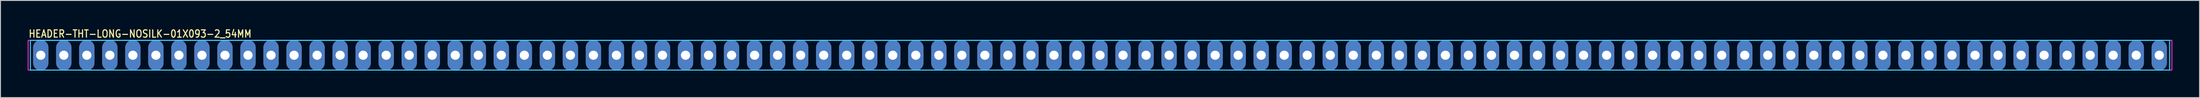
<source format=kicad_pcb>
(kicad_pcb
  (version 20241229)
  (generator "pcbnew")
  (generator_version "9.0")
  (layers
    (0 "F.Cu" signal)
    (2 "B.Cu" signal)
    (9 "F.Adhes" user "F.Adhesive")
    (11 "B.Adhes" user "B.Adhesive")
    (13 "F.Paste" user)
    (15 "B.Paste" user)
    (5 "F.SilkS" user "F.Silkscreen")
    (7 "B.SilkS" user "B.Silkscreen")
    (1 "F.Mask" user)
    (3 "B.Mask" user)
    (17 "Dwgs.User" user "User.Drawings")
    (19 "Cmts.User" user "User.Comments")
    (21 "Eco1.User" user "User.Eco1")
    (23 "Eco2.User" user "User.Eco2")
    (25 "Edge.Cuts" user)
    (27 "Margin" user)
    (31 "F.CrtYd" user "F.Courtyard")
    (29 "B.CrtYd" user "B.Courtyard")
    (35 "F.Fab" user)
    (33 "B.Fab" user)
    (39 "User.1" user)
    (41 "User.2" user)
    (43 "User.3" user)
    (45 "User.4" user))
  (footprint "HEADER-THT-LONG-NOSILK-01X093-2_54MM"
    (layer "F.Cu")
    (at 1.447 3.079)
    (property "Reference" "HEADER-THT-LONG-NOSILK-01X093-2_54MM" (at -1.4 -1.9 0) (unlocked yes) (layer "F.SilkS") (effects (font (size 0.813 0.695) (thickness 0.122)) (justify left bottom)))
    (fp_poly (pts (xy -1.143 -1.651) (xy 234.823 -1.651) (xy 234.823 1.651) (xy -1.143 1.651)) (stroke (width 0.1) (type solid)) (fill no) (layer "B.CrtYd"))
    (fp_poly (pts (xy -1.397 -1.651) (xy 235.077 -1.651) (xy 235.077 1.651) (xy -1.397 1.651)) (stroke (width 0.1) (type solid)) (fill no) (layer "F.CrtYd"))
    (pad "1" thru_hole oval (at 0 0 90) (size 3.387 1.693) (drill 1.016) (layers "*.Cu" "*.Mask"))
    (pad "2" thru_hole oval (at 2.54 0 90) (size 3.387 1.693) (drill 1.016) (layers "*.Cu" "*.Mask"))
    (pad "3" thru_hole oval (at 5.08 0 90) (size 3.387 1.693) (drill 1.016) (layers "*.Cu" "*.Mask"))
    (pad "4" thru_hole oval (at 7.62 0 90) (size 3.387 1.693) (drill 1.016) (layers "*.Cu" "*.Mask"))
    (pad "5" thru_hole oval (at 10.16 0 90) (size 3.387 1.693) (drill 1.016) (layers "*.Cu" "*.Mask"))
    (pad "6" thru_hole oval (at 12.7 0 90) (size 3.387 1.693) (drill 1.016) (layers "*.Cu" "*.Mask"))
    (pad "7" thru_hole oval (at 15.24 0 90) (size 3.387 1.693) (drill 1.016) (layers "*.Cu" "*.Mask"))
    (pad "8" thru_hole oval (at 17.78 0 90) (size 3.387 1.693) (drill 1.016) (layers "*.Cu" "*.Mask"))
    (pad "9" thru_hole oval (at 20.32 0 90) (size 3.387 1.693) (drill 1.016) (layers "*.Cu" "*.Mask"))
    (pad "10" thru_hole oval (at 22.86 0 90) (size 3.387 1.693) (drill 1.016) (layers "*.Cu" "*.Mask"))
    (pad "11" thru_hole oval (at 25.4 0 90) (size 3.387 1.693) (drill 1.016) (layers "*.Cu" "*.Mask"))
    (pad "12" thru_hole oval (at 27.94 0 90) (size 3.387 1.693) (drill 1.016) (layers "*.Cu" "*.Mask"))
    (pad "13" thru_hole oval (at 30.48 0 90) (size 3.387 1.693) (drill 1.016) (layers "*.Cu" "*.Mask"))
    (pad "14" thru_hole oval (at 33.02 0 90) (size 3.387 1.693) (drill 1.016) (layers "*.Cu" "*.Mask"))
    (pad "15" thru_hole oval (at 35.56 0 90) (size 3.387 1.693) (drill 1.016) (layers "*.Cu" "*.Mask"))
    (pad "16" thru_hole oval (at 38.1 0 90) (size 3.387 1.693) (drill 1.016) (layers "*.Cu" "*.Mask"))
    (pad "17" thru_hole oval (at 40.64 0 90) (size 3.387 1.693) (drill 1.016) (layers "*.Cu" "*.Mask"))
    (pad "18" thru_hole oval (at 43.18 0 90) (size 3.387 1.693) (drill 1.016) (layers "*.Cu" "*.Mask"))
    (pad "19" thru_hole oval (at 45.72 0 90) (size 3.387 1.693) (drill 1.016) (layers "*.Cu" "*.Mask"))
    (pad "20" thru_hole oval (at 48.26 0 90) (size 3.387 1.693) (drill 1.016) (layers "*.Cu" "*.Mask"))
    (pad "21" thru_hole oval (at 50.8 0 90) (size 3.387 1.693) (drill 1.016) (layers "*.Cu" "*.Mask"))
    (pad "22" thru_hole oval (at 53.34 0 90) (size 3.387 1.693) (drill 1.016) (layers "*.Cu" "*.Mask"))
    (pad "23" thru_hole oval (at 55.88 0 90) (size 3.387 1.693) (drill 1.016) (layers "*.Cu" "*.Mask"))
    (pad "24" thru_hole oval (at 58.42 0 90) (size 3.387 1.693) (drill 1.016) (layers "*.Cu" "*.Mask"))
    (pad "25" thru_hole oval (at 60.96 0 90) (size 3.387 1.693) (drill 1.016) (layers "*.Cu" "*.Mask"))
    (pad "26" thru_hole oval (at 63.5 0 90) (size 3.387 1.693) (drill 1.016) (layers "*.Cu" "*.Mask"))
    (pad "27" thru_hole oval (at 66.04 0 90) (size 3.387 1.693) (drill 1.016) (layers "*.Cu" "*.Mask"))
    (pad "28" thru_hole oval (at 68.58 0 90) (size 3.387 1.693) (drill 1.016) (layers "*.Cu" "*.Mask"))
    (pad "29" thru_hole oval (at 71.12 0 90) (size 3.387 1.693) (drill 1.016) (layers "*.Cu" "*.Mask"))
    (pad "30" thru_hole oval (at 73.66 0 90) (size 3.387 1.693) (drill 1.016) (layers "*.Cu" "*.Mask"))
    (pad "31" thru_hole oval (at 76.2 0 90) (size 3.387 1.693) (drill 1.016) (layers "*.Cu" "*.Mask"))
    (pad "32" thru_hole oval (at 78.74 0 90) (size 3.387 1.693) (drill 1.016) (layers "*.Cu" "*.Mask"))
    (pad "33" thru_hole oval (at 81.28 0 90) (size 3.387 1.693) (drill 1.016) (layers "*.Cu" "*.Mask"))
    (pad "34" thru_hole oval (at 83.82 0 90) (size 3.387 1.693) (drill 1.016) (layers "*.Cu" "*.Mask"))
    (pad "35" thru_hole oval (at 86.36 0 90) (size 3.387 1.693) (drill 1.016) (layers "*.Cu" "*.Mask"))
    (pad "36" thru_hole oval (at 88.9 0 90) (size 3.387 1.693) (drill 1.016) (layers "*.Cu" "*.Mask"))
    (pad "37" thru_hole oval (at 91.44 0 90) (size 3.387 1.693) (drill 1.016) (layers "*.Cu" "*.Mask"))
    (pad "38" thru_hole oval (at 93.98 0 90) (size 3.387 1.693) (drill 1.016) (layers "*.Cu" "*.Mask"))
    (pad "39" thru_hole oval (at 96.52 0 90) (size 3.387 1.693) (drill 1.016) (layers "*.Cu" "*.Mask"))
    (pad "40" thru_hole oval (at 99.06 0 90) (size 3.387 1.693) (drill 1.016) (layers "*.Cu" "*.Mask"))
    (pad "41" thru_hole oval (at 101.6 0 90) (size 3.387 1.693) (drill 1.016) (layers "*.Cu" "*.Mask"))
    (pad "42" thru_hole oval (at 104.14 0 90) (size 3.387 1.693) (drill 1.016) (layers "*.Cu" "*.Mask"))
    (pad "43" thru_hole oval (at 106.68 0 90) (size 3.387 1.693) (drill 1.016) (layers "*.Cu" "*.Mask"))
    (pad "44" thru_hole oval (at 109.22 0 90) (size 3.387 1.693) (drill 1.016) (layers "*.Cu" "*.Mask"))
    (pad "45" thru_hole oval (at 111.76 0 90) (size 3.387 1.693) (drill 1.016) (layers "*.Cu" "*.Mask"))
    (pad "46" thru_hole oval (at 114.3 0 90) (size 3.387 1.693) (drill 1.016) (layers "*.Cu" "*.Mask"))
    (pad "47" thru_hole oval (at 116.84 0 90) (size 3.387 1.693) (drill 1.016) (layers "*.Cu" "*.Mask"))
    (pad "48" thru_hole oval (at 119.38 0 90) (size 3.387 1.693) (drill 1.016) (layers "*.Cu" "*.Mask"))
    (pad "49" thru_hole oval (at 121.92 0 90) (size 3.387 1.693) (drill 1.016) (layers "*.Cu" "*.Mask"))
    (pad "50" thru_hole oval (at 124.46 0 90) (size 3.387 1.693) (drill 1.016) (layers "*.Cu" "*.Mask"))
    (pad "51" thru_hole oval (at 127 0 90) (size 3.387 1.693) (drill 1.016) (layers "*.Cu" "*.Mask"))
    (pad "52" thru_hole oval (at 129.54 0 90) (size 3.387 1.693) (drill 1.016) (layers "*.Cu" "*.Mask"))
    (pad "53" thru_hole oval (at 132.08 0 90) (size 3.387 1.693) (drill 1.016) (layers "*.Cu" "*.Mask"))
    (pad "54" thru_hole oval (at 134.62 0 90) (size 3.387 1.693) (drill 1.016) (layers "*.Cu" "*.Mask"))
    (pad "55" thru_hole oval (at 137.16 0 90) (size 3.387 1.693) (drill 1.016) (layers "*.Cu" "*.Mask"))
    (pad "56" thru_hole oval (at 139.7 0 90) (size 3.387 1.693) (drill 1.016) (layers "*.Cu" "*.Mask"))
    (pad "57" thru_hole oval (at 142.24 0 90) (size 3.387 1.693) (drill 1.016) (layers "*.Cu" "*.Mask"))
    (pad "58" thru_hole oval (at 144.78 0 90) (size 3.387 1.693) (drill 1.016) (layers "*.Cu" "*.Mask"))
    (pad "59" thru_hole oval (at 147.32 0 90) (size 3.387 1.693) (drill 1.016) (layers "*.Cu" "*.Mask"))
    (pad "60" thru_hole oval (at 149.86 0 90) (size 3.387 1.693) (drill 1.016) (layers "*.Cu" "*.Mask"))
    (pad "61" thru_hole oval (at 152.4 0 90) (size 3.387 1.693) (drill 1.016) (layers "*.Cu" "*.Mask"))
    (pad "62" thru_hole oval (at 154.94 0 90) (size 3.387 1.693) (drill 1.016) (layers "*.Cu" "*.Mask"))
    (pad "63" thru_hole oval (at 157.48 0 90) (size 3.387 1.693) (drill 1.016) (layers "*.Cu" "*.Mask"))
    (pad "64" thru_hole oval (at 160.02 0 90) (size 3.387 1.693) (drill 1.016) (layers "*.Cu" "*.Mask"))
    (pad "65" thru_hole oval (at 162.56 0 90) (size 3.387 1.693) (drill 1.016) (layers "*.Cu" "*.Mask"))
    (pad "66" thru_hole oval (at 165.1 0 90) (size 3.387 1.693) (drill 1.016) (layers "*.Cu" "*.Mask"))
    (pad "67" thru_hole oval (at 167.64 0 90) (size 3.387 1.693) (drill 1.016) (layers "*.Cu" "*.Mask"))
    (pad "68" thru_hole oval (at 170.18 0 90) (size 3.387 1.693) (drill 1.016) (layers "*.Cu" "*.Mask"))
    (pad "69" thru_hole oval (at 172.72 0 90) (size 3.387 1.693) (drill 1.016) (layers "*.Cu" "*.Mask"))
    (pad "70" thru_hole oval (at 175.26 0 90) (size 3.387 1.693) (drill 1.016) (layers "*.Cu" "*.Mask"))
    (pad "71" thru_hole oval (at 177.8 0 90) (size 3.387 1.693) (drill 1.016) (layers "*.Cu" "*.Mask"))
    (pad "72" thru_hole oval (at 180.34 0 90) (size 3.387 1.693) (drill 1.016) (layers "*.Cu" "*.Mask"))
    (pad "73" thru_hole oval (at 182.88 0 90) (size 3.387 1.693) (drill 1.016) (layers "*.Cu" "*.Mask"))
    (pad "74" thru_hole oval (at 185.42 0 90) (size 3.387 1.693) (drill 1.016) (layers "*.Cu" "*.Mask"))
    (pad "75" thru_hole oval (at 187.96 0 90) (size 3.387 1.693) (drill 1.016) (layers "*.Cu" "*.Mask"))
    (pad "76" thru_hole oval (at 190.5 0 90) (size 3.387 1.693) (drill 1.016) (layers "*.Cu" "*.Mask"))
    (pad "77" thru_hole oval (at 193.04 0 90) (size 3.387 1.693) (drill 1.016) (layers "*.Cu" "*.Mask"))
    (pad "78" thru_hole oval (at 195.58 0 90) (size 3.387 1.693) (drill 1.016) (layers "*.Cu" "*.Mask"))
    (pad "79" thru_hole oval (at 198.12 0 90) (size 3.387 1.693) (drill 1.016) (layers "*.Cu" "*.Mask"))
    (pad "80" thru_hole oval (at 200.66 0 90) (size 3.387 1.693) (drill 1.016) (layers "*.Cu" "*.Mask"))
    (pad "81" thru_hole oval (at 203.2 0 90) (size 3.387 1.693) (drill 1.016) (layers "*.Cu" "*.Mask"))
    (pad "82" thru_hole oval (at 205.74 0 90) (size 3.387 1.693) (drill 1.016) (layers "*.Cu" "*.Mask"))
    (pad "83" thru_hole oval (at 208.28 0 90) (size 3.387 1.693) (drill 1.016) (layers "*.Cu" "*.Mask"))
    (pad "84" thru_hole oval (at 210.82 0 90) (size 3.387 1.693) (drill 1.016) (layers "*.Cu" "*.Mask"))
    (pad "85" thru_hole oval (at 213.36 0 90) (size 3.387 1.693) (drill 1.016) (layers "*.Cu" "*.Mask"))
    (pad "86" thru_hole oval (at 215.9 0 90) (size 3.387 1.693) (drill 1.016) (layers "*.Cu" "*.Mask"))
    (pad "87" thru_hole oval (at 218.44 0 90) (size 3.387 1.693) (drill 1.016) (layers "*.Cu" "*.Mask"))
    (pad "88" thru_hole oval (at 220.98 0 90) (size 3.387 1.693) (drill 1.016) (layers "*.Cu" "*.Mask"))
    (pad "89" thru_hole oval (at 223.52 0 90) (size 3.387 1.693) (drill 1.016) (layers "*.Cu" "*.Mask"))
    (pad "90" thru_hole oval (at 226.06 0 90) (size 3.387 1.693) (drill 1.016) (layers "*.Cu" "*.Mask"))
    (pad "91" thru_hole oval (at 228.6 0 90) (size 3.387 1.693) (drill 1.016) (layers "*.Cu" "*.Mask"))
    (pad "92" thru_hole oval (at 231.14 0 90) (size 3.387 1.693) (drill 1.016) (layers "*.Cu" "*.Mask"))
    (pad "93" thru_hole oval (at 233.68 0 90) (size 3.387 1.693) (drill 1.016) (layers "*.Cu" "*.Mask")))
  (gr_rect
    (start -3 -3)
    (end 239.574 7.78)
    (stroke (width 0.1) (type default))
    (fill no)
    (layer "Edge.Cuts")))
</source>
